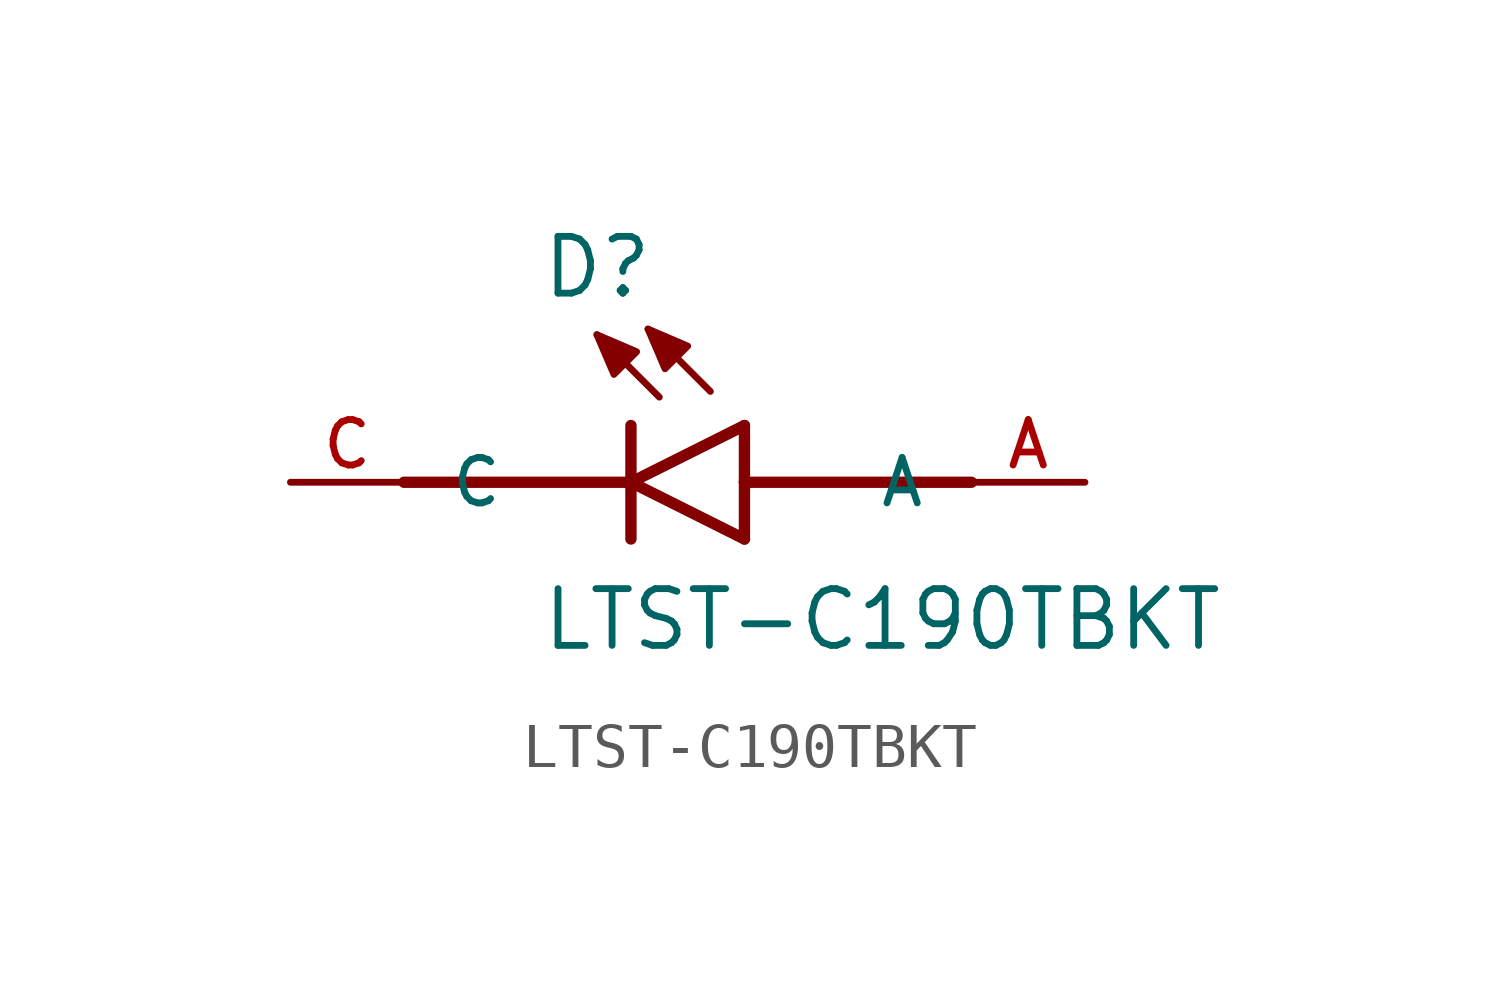
<source format=kicad_sym>
(kicad_symbol_lib
  (version 20211014)
  (generator kicad_symbol_editor)
  (symbol "LTST-C190TBKT"
    (pin_names
      (offset 1.016))
    (property "Reference" "D"
      (at -2.035 4.069 0)
      (effects (font (size 1.27 1.27)) (justify bottom left)))
    (property "Value" "LTST-C190TBKT"
      (at -2.034 -3.814 0)
      (effects (font (size 1.27 1.27)) (justify bottom left)))
    (symbol "LTST-C190TBKT_0_0"
      (polyline (pts (xy 2.54 -1.27) (xy 0.0 0.0)) (stroke (width 0.254)))
      (polyline (pts (xy 0.0 0.0) (xy 2.54 1.27)) (stroke (width 0.254)))
      (polyline (pts (xy 0.0 -1.27) (xy 0.0 0.0)) (stroke (width 0.254)))
      (polyline (pts (xy 0.0 0.0) (xy 0.0 1.27)) (stroke (width 0.254)))
      (polyline (pts (xy 2.54 -1.27) (xy 2.54 0.0)) (stroke (width 0.254)))
      (polyline (pts (xy 2.54 0.0) (xy 2.54 1.27)) (stroke (width 0.254)))
      (polyline (pts (xy 1.778 2.032) (xy 0.381 3.429)) (stroke (width 0.152)))
      (polyline (pts (xy 0.635 1.905) (xy -0.762 3.302)) (stroke (width 0.152)))
      (polyline (pts (xy 0.381 3.429) (xy 1.27 3.048) (xy 0.762 2.54) (xy 0.381 3.429)) (stroke (width 0.152)) (fill (type outline)))
      (polyline (pts (xy -0.762 3.302) (xy 0.127 2.921) (xy -0.381 2.413) (xy -0.762 3.302)) (stroke (width 0.152)) (fill (type outline)))
      (polyline (pts (xy -5.08 0.0) (xy 0.0 0.0)) (stroke (width 0.254)))
      (polyline (pts (xy 2.54 0.0) (xy 7.62 0.0)) (stroke (width 0.254)))
      (pin passive line (at -7.62 0.0 0) (length 2.54) (name "C" (effects (font (size 1.016 1.016)))) (number "C" (effects (font (size 1.016 1.016)))))
      (pin passive line (at 10.16 0.0 180.0) (length 2.54) (name "A" (effects (font (size 1.016 1.016)))) (number "A" (effects (font (size 1.016 1.016))))))))
</source>
